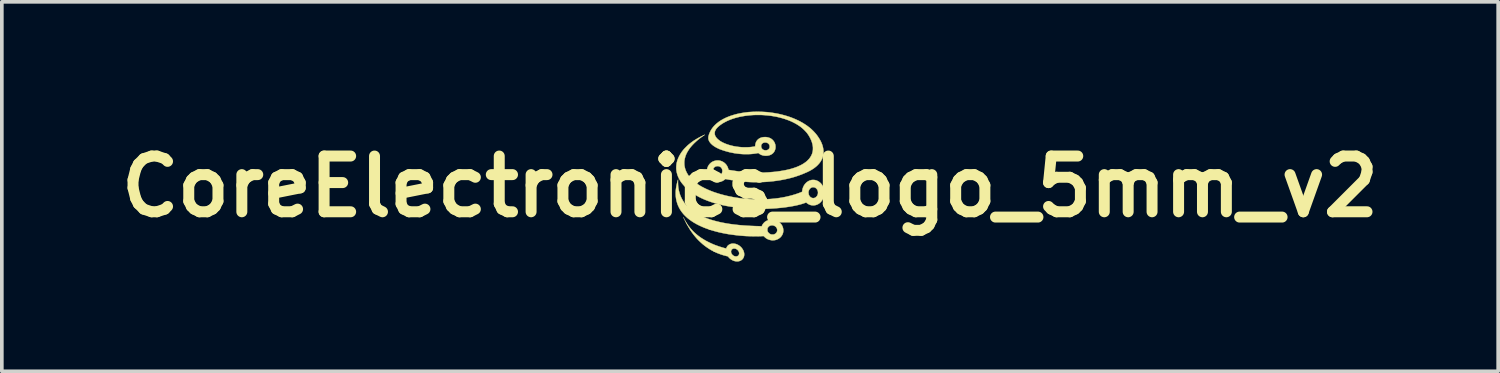
<source format=kicad_pcb>
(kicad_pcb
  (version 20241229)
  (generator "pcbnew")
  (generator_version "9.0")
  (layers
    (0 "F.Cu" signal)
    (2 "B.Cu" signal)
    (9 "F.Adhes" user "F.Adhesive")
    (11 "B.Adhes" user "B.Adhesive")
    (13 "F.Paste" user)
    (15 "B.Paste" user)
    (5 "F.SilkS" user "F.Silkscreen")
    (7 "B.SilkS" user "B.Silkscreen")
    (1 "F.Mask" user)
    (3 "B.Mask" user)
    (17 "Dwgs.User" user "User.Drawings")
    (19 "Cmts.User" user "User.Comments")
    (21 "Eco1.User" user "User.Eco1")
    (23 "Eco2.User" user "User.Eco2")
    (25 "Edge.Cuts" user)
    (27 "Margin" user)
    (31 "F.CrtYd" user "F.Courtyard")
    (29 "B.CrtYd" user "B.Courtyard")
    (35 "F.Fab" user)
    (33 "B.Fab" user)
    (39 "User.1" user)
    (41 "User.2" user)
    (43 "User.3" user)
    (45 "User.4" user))
  (footprint "CoreElectronics_logo_5mm_v2"
    (layer "F.Cu")
    (at 17.461 2.052)
    (property "Reference" "CoreElectronics_logo_5mm_v2" (at 0 0 0) (layer "F.SilkS") (effects (font (size 1.524 1.524) (thickness 0.3))))
    (attr through_hole)
    (fp_poly (pts (xy -1.966 -0.189) (xy -1.967 -0.188) (xy -1.968 -0.189) (xy -1.967 -0.19) (xy -1.966 -0.189)) (stroke (width 0.01) (type solid)) (fill yes) (layer "F.SilkS"))
    (fp_poly (pts (xy -1.817 0.845) (xy -1.818 0.846) (xy -1.819 0.845) (xy -1.818 0.844) (xy -1.817 0.845)) (stroke (width 0.01) (type solid)) (fill yes) (layer "F.SilkS"))
    (fp_poly (pts (xy -1.816 0.848) (xy -1.817 0.849) (xy -1.817 0.848) (xy -1.817 0.847) (xy -1.816 0.848)) (stroke (width 0.01) (type solid)) (fill yes) (layer "F.SilkS"))
    (fp_poly (pts (xy -1.814 0.851) (xy -1.815 0.852) (xy -1.816 0.851) (xy -1.815 0.85) (xy -1.814 0.851)) (stroke (width 0.01) (type solid)) (fill yes) (layer "F.SilkS"))
    (fp_poly (pts (xy -1.812 0.856) (xy -1.813 0.857) (xy -1.814 0.856) (xy -1.813 0.855) (xy -1.812 0.856)) (stroke (width 0.01) (type solid)) (fill yes) (layer "F.SilkS"))
    (fp_poly (pts (xy -1.811 0.86) (xy -1.812 0.86) (xy -1.812 0.86) (xy -1.812 0.859) (xy -1.811 0.86)) (stroke (width 0.01) (type solid)) (fill yes) (layer "F.SilkS"))
    (fp_poly (pts (xy -1.809 0.863) (xy -1.81 0.864) (xy -1.811 0.863) (xy -1.81 0.862) (xy -1.809 0.863)) (stroke (width 0.01) (type solid)) (fill yes) (layer "F.SilkS"))
    (fp_poly (pts (xy -1.807 0.866) (xy -1.808 0.867) (xy -1.809 0.866) (xy -1.808 0.865) (xy -1.807 0.866)) (stroke (width 0.01) (type solid)) (fill yes) (layer "F.SilkS"))
    (fp_poly (pts (xy -1.234 -1.417) (xy -1.235 -1.416) (xy -1.236 -1.417) (xy -1.235 -1.417) (xy -1.234 -1.417)) (stroke (width 0.01) (type solid)) (fill yes) (layer "F.SilkS"))
    (fp_poly (pts (xy -1.807 0.87) (xy -1.805 0.873) (xy -1.802 0.879) (xy -1.798 0.886) (xy -1.794 0.894) (xy -1.762 0.952) (xy -1.728 1.008) (xy -1.691 1.062) (xy -1.652 1.114) (xy -1.61 1.164) (xy -1.566 1.212) (xy -1.519 1.258) (xy -1.469 1.303) (xy -1.417 1.345) (xy -1.362 1.386) (xy -1.326 1.41) (xy -1.294 1.43) (xy -1.264 1.449) (xy -1.233 1.467) (xy -1.202 1.485) (xy -1.169 1.502) (xy -1.134 1.52) (xy -1.128 1.523) (xy -1.073 1.549) (xy -1.018 1.574) (xy -0.962 1.597) (xy -0.904 1.618) (xy -0.845 1.639) (xy -0.783 1.658) (xy -0.764 1.664) (xy -0.754 1.667) (xy -0.744 1.67) (xy -0.732 1.673) (xy -0.72 1.677) (xy -0.707 1.68) (xy -0.695 1.683) (xy -0.684 1.686) (xy -0.673 1.689) (xy -0.665 1.691) (xy -0.658 1.693) (xy -0.653 1.694) (xy -0.652 1.694) (xy -0.651 1.693) (xy -0.649 1.689) (xy -0.647 1.684) (xy -0.647 1.683) (xy -0.645 1.677) (xy -0.641 1.669) (xy -0.638 1.66) (xy -0.636 1.658) (xy -0.624 1.638) (xy -0.61 1.619) (xy -0.593 1.604) (xy -0.574 1.59) (xy -0.554 1.579) (xy -0.532 1.57) (xy -0.509 1.564) (xy -0.485 1.56) (xy -0.459 1.559) (xy -0.433 1.561) (xy -0.406 1.566) (xy -0.389 1.57) (xy -0.36 1.58) (xy -0.332 1.593) (xy -0.305 1.609) (xy -0.279 1.627) (xy -0.255 1.649) (xy -0.254 1.649) (xy -0.231 1.673) (xy -0.212 1.699) (xy -0.195 1.725) (xy -0.181 1.752) (xy -0.171 1.78) (xy -0.167 1.795) (xy -0.163 1.81) (xy -0.161 1.823) (xy -0.16 1.835) (xy -0.159 1.849) (xy -0.159 1.856) (xy -0.16 1.881) (xy -0.164 1.903) (xy -0.17 1.924) (xy -0.179 1.945) (xy -0.181 1.949) (xy -0.193 1.969) (xy -0.208 1.987) (xy -0.224 2.003) (xy -0.243 2.016) (xy -0.264 2.027) (xy -0.286 2.036) (xy -0.31 2.042) (xy -0.335 2.046) (xy -0.361 2.046) (xy -0.379 2.045) (xy -0.408 2.04) (xy -0.436 2.033) (xy -0.464 2.022) (xy -0.491 2.009) (xy -0.517 1.993) (xy -0.541 1.975) (xy -0.564 1.955) (xy -0.585 1.932) (xy -0.594 1.922) (xy -0.604 1.908) (xy -0.618 1.905) (xy -0.624 1.904) (xy -0.632 1.902) (xy -0.642 1.9) (xy -0.653 1.897) (xy -0.664 1.894) (xy -0.664 1.894) (xy -0.735 1.875) (xy -0.803 1.853) (xy -0.871 1.828) (xy -0.936 1.801) (xy -0.97 1.784) (xy -0.519 1.784) (xy -0.517 1.802) (xy -0.512 1.819) (xy -0.504 1.836) (xy -0.501 1.84) (xy -0.495 1.85) (xy -0.487 1.86) (xy -0.478 1.87) (xy -0.468 1.879) (xy -0.459 1.886) (xy -0.45 1.891) (xy -0.44 1.897) (xy -0.429 1.902) (xy -0.418 1.906) (xy -0.412 1.908) (xy -0.403 1.91) (xy -0.393 1.91) (xy -0.382 1.911) (xy -0.371 1.91) (xy -0.362 1.909) (xy -0.358 1.908) (xy -0.345 1.903) (xy -0.332 1.896) (xy -0.32 1.886) (xy -0.311 1.875) (xy -0.306 1.867) (xy -0.3 1.852) (xy -0.297 1.836) (xy -0.297 1.819) (xy -0.3 1.802) (xy -0.305 1.785) (xy -0.313 1.768) (xy -0.322 1.754) (xy -0.331 1.744) (xy -0.341 1.733) (xy -0.353 1.723) (xy -0.365 1.715) (xy -0.369 1.712) (xy -0.384 1.704) (xy -0.398 1.699) (xy -0.413 1.696) (xy -0.427 1.695) (xy -0.441 1.695) (xy -0.454 1.696) (xy -0.465 1.699) (xy -0.475 1.704) (xy -0.484 1.709) (xy -0.493 1.716) (xy -0.501 1.725) (xy -0.507 1.733) (xy -0.509 1.737) (xy -0.515 1.752) (xy -0.519 1.768) (xy -0.519 1.784) (xy -0.97 1.784) (xy -1 1.77) (xy -1.062 1.737) (xy -1.123 1.7) (xy -1.181 1.661) (xy -1.239 1.619) (xy -1.294 1.575) (xy -1.348 1.527) (xy -1.401 1.477) (xy -1.452 1.424) (xy -1.501 1.367) (xy -1.548 1.309) (xy -1.564 1.287) (xy -1.605 1.231) (xy -1.645 1.171) (xy -1.683 1.109) (xy -1.72 1.045) (xy -1.746 0.997) (xy -1.751 0.986) (xy -1.757 0.974) (xy -1.763 0.962) (xy -1.77 0.949) (xy -1.776 0.936) (xy -1.783 0.923) (xy -1.789 0.91) (xy -1.794 0.899) (xy -1.799 0.889) (xy -1.803 0.881) (xy -1.805 0.874) (xy -1.807 0.87) (xy -1.807 0.869) (xy -1.807 0.87)) (stroke (width 0.01) (type solid)) (fill yes) (layer "F.SilkS"))
    (fp_poly (pts (xy -1.969 -0.185) (xy -1.969 -0.18) (xy -1.969 -0.173) (xy -1.969 -0.164) (xy -1.969 -0.153) (xy -1.969 -0.14) (xy -1.969 -0.126) (xy -1.969 -0.12) (xy -1.969 -0.097) (xy -1.968 -0.076) (xy -1.968 -0.058) (xy -1.967 -0.041) (xy -1.966 -0.025) (xy -1.965 -0.009) (xy -1.963 0.008) (xy -1.961 0.025) (xy -1.959 0.038) (xy -1.95 0.093) (xy -1.937 0.146) (xy -1.922 0.198) (xy -1.904 0.248) (xy -1.883 0.297) (xy -1.859 0.344) (xy -1.832 0.39) (xy -1.803 0.435) (xy -1.77 0.478) (xy -1.734 0.519) (xy -1.696 0.56) (xy -1.654 0.598) (xy -1.61 0.636) (xy -1.563 0.671) (xy -1.512 0.706) (xy -1.459 0.739) (xy -1.425 0.758) (xy -1.413 0.764) (xy -1.4 0.771) (xy -1.384 0.779) (xy -1.368 0.788) (xy -1.351 0.796) (xy -1.334 0.804) (xy -1.318 0.812) (xy -1.304 0.818) (xy -1.293 0.823) (xy -1.231 0.849) (xy -1.167 0.874) (xy -1.101 0.897) (xy -1.032 0.919) (xy -0.96 0.939) (xy -0.886 0.958) (xy -0.809 0.976) (xy -0.73 0.992) (xy -0.647 1.007) (xy -0.562 1.021) (xy -0.474 1.033) (xy -0.384 1.044) (xy -0.29 1.054) (xy -0.194 1.062) (xy -0.095 1.069) (xy 0.008 1.075) (xy 0.025 1.076) (xy 0.043 1.077) (xy 0.063 1.077) (xy 0.084 1.078) (xy 0.107 1.079) (xy 0.129 1.08) (xy 0.153 1.081) (xy 0.176 1.082) (xy 0.198 1.082) (xy 0.219 1.083) (xy 0.24 1.083) (xy 0.258 1.084) (xy 0.275 1.084) (xy 0.29 1.085) (xy 0.301 1.085) (xy 0.307 1.085) (xy 0.314 1.085) (xy 0.318 1.085) (xy 0.321 1.084) (xy 0.322 1.083) (xy 0.323 1.08) (xy 0.323 1.08) (xy 0.336 1.052) (xy 0.351 1.027) (xy 0.369 1.004) (xy 0.388 0.983) (xy 0.41 0.964) (xy 0.434 0.948) (xy 0.454 0.937) (xy 0.482 0.924) (xy 0.512 0.914) (xy 0.542 0.907) (xy 0.573 0.904) (xy 0.605 0.903) (xy 0.637 0.906) (xy 0.668 0.912) (xy 0.678 0.914) (xy 0.707 0.923) (xy 0.736 0.935) (xy 0.762 0.949) (xy 0.787 0.966) (xy 0.81 0.984) (xy 0.831 1.005) (xy 0.85 1.027) (xy 0.867 1.05) (xy 0.881 1.075) (xy 0.893 1.102) (xy 0.901 1.129) (xy 0.907 1.157) (xy 0.91 1.185) (xy 0.911 1.209) (xy 0.908 1.239) (xy 0.902 1.268) (xy 0.893 1.295) (xy 0.881 1.321) (xy 0.866 1.346) (xy 0.848 1.369) (xy 0.833 1.386) (xy 0.811 1.405) (xy 0.787 1.422) (xy 0.761 1.437) (xy 0.733 1.449) (xy 0.705 1.459) (xy 0.685 1.463) (xy 0.676 1.465) (xy 0.666 1.466) (xy 0.655 1.467) (xy 0.644 1.468) (xy 0.634 1.469) (xy 0.625 1.47) (xy 0.62 1.47) (xy 0.614 1.469) (xy 0.608 1.469) (xy 0.605 1.469) (xy 0.592 1.468) (xy 0.578 1.466) (xy 0.563 1.463) (xy 0.549 1.46) (xy 0.542 1.459) (xy 0.51 1.449) (xy 0.481 1.437) (xy 0.453 1.422) (xy 0.427 1.404) (xy 0.403 1.383) (xy 0.39 1.371) (xy 0.373 1.353) (xy 0.34 1.355) (xy 0.291 1.357) (xy 0.24 1.359) (xy 0.187 1.36) (xy 0.132 1.36) (xy 0.076 1.359) (xy 0.02 1.358) (xy -0.036 1.356) (xy -0.091 1.354) (xy -0.115 1.353) (xy -0.212 1.346) (xy -0.307 1.338) (xy -0.402 1.327) (xy -0.494 1.315) (xy -0.586 1.302) (xy -0.675 1.286) (xy -0.762 1.269) (xy -0.848 1.25) (xy -0.931 1.229) (xy -1.012 1.206) (xy -1.076 1.187) (xy 0.474 1.187) (xy 0.476 1.205) (xy 0.482 1.224) (xy 0.482 1.226) (xy 0.487 1.237) (xy 0.493 1.247) (xy 0.501 1.257) (xy 0.51 1.267) (xy 0.513 1.27) (xy 0.529 1.284) (xy 0.546 1.295) (xy 0.564 1.304) (xy 0.585 1.31) (xy 0.587 1.31) (xy 0.594 1.311) (xy 0.604 1.312) (xy 0.616 1.312) (xy 0.627 1.312) (xy 0.638 1.311) (xy 0.647 1.31) (xy 0.651 1.309) (xy 0.663 1.305) (xy 0.675 1.299) (xy 0.687 1.293) (xy 0.697 1.286) (xy 0.698 1.286) (xy 0.711 1.274) (xy 0.723 1.259) (xy 0.732 1.244) (xy 0.739 1.227) (xy 0.742 1.217) (xy 0.743 1.207) (xy 0.744 1.195) (xy 0.743 1.183) (xy 0.742 1.171) (xy 0.74 1.161) (xy 0.74 1.159) (xy 0.732 1.139) (xy 0.722 1.122) (xy 0.71 1.106) (xy 0.695 1.093) (xy 0.679 1.081) (xy 0.661 1.072) (xy 0.642 1.065) (xy 0.622 1.061) (xy 0.602 1.059) (xy 0.582 1.061) (xy 0.567 1.064) (xy 0.548 1.07) (xy 0.531 1.079) (xy 0.516 1.09) (xy 0.503 1.103) (xy 0.492 1.117) (xy 0.483 1.133) (xy 0.477 1.15) (xy 0.474 1.168) (xy 0.474 1.187) (xy -1.076 1.187) (xy -1.09 1.182) (xy -1.165 1.157) (xy -1.187 1.149) (xy -1.256 1.123) (xy -1.321 1.095) (xy -1.384 1.066) (xy -1.445 1.036) (xy -1.502 1.004) (xy -1.557 0.972) (xy -1.608 0.937) (xy -1.657 0.902) (xy -1.703 0.866) (xy -1.746 0.828) (xy -1.786 0.789) (xy -1.823 0.749) (xy -1.857 0.707) (xy -1.864 0.698) (xy -1.895 0.654) (xy -1.923 0.61) (xy -1.947 0.564) (xy -1.969 0.517) (xy -1.987 0.469) (xy -2.002 0.42) (xy -2.015 0.37) (xy -2.024 0.319) (xy -2.03 0.267) (xy -2.033 0.213) (xy -2.033 0.159) (xy -2.03 0.103) (xy -2.023 0.046) (xy -2.014 -0.011) (xy -2.002 -0.07) (xy -1.995 -0.098) (xy -1.993 -0.104) (xy -1.991 -0.112) (xy -1.988 -0.121) (xy -1.985 -0.132) (xy -1.982 -0.142) (xy -1.979 -0.153) (xy -1.977 -0.162) (xy -1.974 -0.171) (xy -1.972 -0.178) (xy -1.97 -0.184) (xy -1.969 -0.186) (xy -1.969 -0.186) (xy -1.969 -0.185)) (stroke (width 0.01) (type solid)) (fill yes) (layer "F.SilkS"))
    (fp_poly (pts (xy -1.239 -1.414) (xy -1.242 -1.412) (xy -1.248 -1.408) (xy -1.255 -1.403) (xy -1.264 -1.397) (xy -1.27 -1.393) (xy -1.327 -1.353) (xy -1.381 -1.313) (xy -1.432 -1.271) (xy -1.48 -1.229) (xy -1.526 -1.186) (xy -1.535 -1.177) (xy -1.57 -1.141) (xy -1.601 -1.106) (xy -1.631 -1.071) (xy -1.657 -1.036) (xy -1.681 -1) (xy -1.703 -0.964) (xy -1.724 -0.928) (xy -1.732 -0.912) (xy -1.749 -0.875) (xy -1.763 -0.839) (xy -1.774 -0.802) (xy -1.784 -0.765) (xy -1.791 -0.726) (xy -1.795 -0.702) (xy -1.796 -0.693) (xy -1.796 -0.681) (xy -1.797 -0.667) (xy -1.797 -0.652) (xy -1.797 -0.636) (xy -1.796 -0.621) (xy -1.796 -0.606) (xy -1.795 -0.593) (xy -1.794 -0.582) (xy -1.794 -0.579) (xy -1.786 -0.536) (xy -1.776 -0.494) (xy -1.762 -0.452) (xy -1.745 -0.411) (xy -1.725 -0.371) (xy -1.702 -0.332) (xy -1.676 -0.293) (xy -1.647 -0.256) (xy -1.614 -0.219) (xy -1.579 -0.183) (xy -1.54 -0.148) (xy -1.499 -0.113) (xy -1.481 -0.1) (xy -1.438 -0.069) (xy -1.392 -0.039) (xy -1.343 -0.009) (xy -1.291 0.019) (xy -1.236 0.047) (xy -1.179 0.074) (xy -1.12 0.1) (xy -1.058 0.125) (xy -0.995 0.149) (xy -0.929 0.171) (xy -0.861 0.193) (xy -0.792 0.213) (xy -0.721 0.232) (xy -0.651 0.25) (xy -0.567 0.268) (xy -0.483 0.285) (xy -0.398 0.3) (xy -0.313 0.313) (xy -0.226 0.324) (xy -0.138 0.333) (xy -0.047 0.341) (xy 0.045 0.347) (xy 0.095 0.349) (xy 0.108 0.35) (xy 0.123 0.35) (xy 0.141 0.351) (xy 0.161 0.351) (xy 0.183 0.351) (xy 0.206 0.351) (xy 0.229 0.351) (xy 0.253 0.351) (xy 0.277 0.351) (xy 0.301 0.351) (xy 0.323 0.351) (xy 0.345 0.351) (xy 0.365 0.351) (xy 0.383 0.35) (xy 0.398 0.35) (xy 0.41 0.349) (xy 0.41 0.349) (xy 0.497 0.344) (xy 0.582 0.338) (xy 0.663 0.33) (xy 0.742 0.321) (xy 0.82 0.31) (xy 0.895 0.297) (xy 0.969 0.283) (xy 1.041 0.266) (xy 1.112 0.249) (xy 1.182 0.229) (xy 1.233 0.214) (xy 1.247 0.209) (xy 1.262 0.204) (xy 1.278 0.199) (xy 1.295 0.193) (xy 1.312 0.187) (xy 1.329 0.181) (xy 1.345 0.175) (xy 1.36 0.169) (xy 1.362 0.169) (xy 1.599 0.169) (xy 1.599 0.181) (xy 1.6 0.193) (xy 1.602 0.203) (xy 1.602 0.204) (xy 1.609 0.225) (xy 1.618 0.245) (xy 1.629 0.262) (xy 1.642 0.277) (xy 1.657 0.291) (xy 1.673 0.301) (xy 1.691 0.309) (xy 1.71 0.314) (xy 1.727 0.316) (xy 1.731 0.316) (xy 1.737 0.315) (xy 1.743 0.315) (xy 1.743 0.315) (xy 1.762 0.311) (xy 1.78 0.304) (xy 1.796 0.294) (xy 1.812 0.281) (xy 1.825 0.266) (xy 1.837 0.249) (xy 1.844 0.235) (xy 1.852 0.215) (xy 1.857 0.193) (xy 1.859 0.171) (xy 1.858 0.148) (xy 1.854 0.126) (xy 1.847 0.105) (xy 1.846 0.102) (xy 1.837 0.083) (xy 1.825 0.066) (xy 1.812 0.052) (xy 1.797 0.039) (xy 1.781 0.03) (xy 1.764 0.023) (xy 1.746 0.018) (xy 1.727 0.017) (xy 1.708 0.018) (xy 1.701 0.02) (xy 1.696 0.022) (xy 1.689 0.024) (xy 1.682 0.027) (xy 1.682 0.027) (xy 1.664 0.037) (xy 1.647 0.05) (xy 1.633 0.065) (xy 1.621 0.082) (xy 1.611 0.102) (xy 1.604 0.124) (xy 1.601 0.135) (xy 1.599 0.144) (xy 1.599 0.156) (xy 1.599 0.169) (xy 1.362 0.169) (xy 1.375 0.164) (xy 1.388 0.158) (xy 1.4 0.154) (xy 1.409 0.15) (xy 1.417 0.146) (xy 1.422 0.144) (xy 1.424 0.142) (xy 1.424 0.142) (xy 1.425 0.14) (xy 1.425 0.135) (xy 1.426 0.129) (xy 1.426 0.126) (xy 1.428 0.114) (xy 1.43 0.1) (xy 1.433 0.085) (xy 1.436 0.069) (xy 1.44 0.055) (xy 1.444 0.042) (xy 1.456 0.011) (xy 1.47 -0.019) (xy 1.487 -0.047) (xy 1.506 -0.072) (xy 1.527 -0.095) (xy 1.549 -0.116) (xy 1.574 -0.134) (xy 1.6 -0.15) (xy 1.628 -0.163) (xy 1.657 -0.173) (xy 1.675 -0.177) (xy 1.681 -0.179) (xy 1.687 -0.179) (xy 1.693 -0.18) (xy 1.7 -0.181) (xy 1.709 -0.181) (xy 1.72 -0.181) (xy 1.728 -0.181) (xy 1.741 -0.181) (xy 1.751 -0.181) (xy 1.759 -0.18) (xy 1.765 -0.18) (xy 1.771 -0.179) (xy 1.777 -0.178) (xy 1.781 -0.177) (xy 1.81 -0.169) (xy 1.839 -0.158) (xy 1.866 -0.144) (xy 1.891 -0.128) (xy 1.915 -0.109) (xy 1.937 -0.088) (xy 1.957 -0.064) (xy 1.975 -0.038) (xy 1.991 -0.011) (xy 2.004 0.019) (xy 2.015 0.05) (xy 2.024 0.084) (xy 2.03 0.118) (xy 2.031 0.12) (xy 2.031 0.129) (xy 2.032 0.14) (xy 2.032 0.153) (xy 2.033 0.167) (xy 2.032 0.181) (xy 2.032 0.194) (xy 2.031 0.206) (xy 2.031 0.215) (xy 2.031 0.215) (xy 2.025 0.249) (xy 2.016 0.281) (xy 2.005 0.312) (xy 1.992 0.342) (xy 1.976 0.369) (xy 1.959 0.395) (xy 1.939 0.419) (xy 1.918 0.44) (xy 1.895 0.459) (xy 1.87 0.475) (xy 1.844 0.489) (xy 1.816 0.5) (xy 1.795 0.506) (xy 1.766 0.512) (xy 1.737 0.515) (xy 1.708 0.514) (xy 1.679 0.51) (xy 1.651 0.503) (xy 1.624 0.493) (xy 1.597 0.48) (xy 1.571 0.463) (xy 1.549 0.447) (xy 1.534 0.435) (xy 1.514 0.443) (xy 1.481 0.455) (xy 1.445 0.467) (xy 1.406 0.479) (xy 1.364 0.491) (xy 1.32 0.502) (xy 1.274 0.513) (xy 1.226 0.523) (xy 1.175 0.533) (xy 1.124 0.542) (xy 1.108 0.545) (xy 1.036 0.556) (xy 0.962 0.567) (xy 0.887 0.576) (xy 0.81 0.584) (xy 0.731 0.591) (xy 0.65 0.597) (xy 0.566 0.602) (xy 0.48 0.606) (xy 0.461 0.606) (xy 0.452 0.607) (xy 0.44 0.607) (xy 0.426 0.607) (xy 0.409 0.607) (xy 0.391 0.608) (xy 0.371 0.608) (xy 0.35 0.608) (xy 0.329 0.608) (xy 0.307 0.609) (xy 0.286 0.609) (xy 0.265 0.609) (xy 0.245 0.609) (xy 0.226 0.609) (xy 0.209 0.609) (xy 0.194 0.609) (xy 0.181 0.609) (xy 0.171 0.609) (xy 0.167 0.609) (xy 0.16 0.608) (xy 0.15 0.608) (xy 0.138 0.608) (xy 0.125 0.607) (xy 0.111 0.607) (xy 0.096 0.607) (xy 0.089 0.606) (xy -0.009 0.602) (xy -0.106 0.597) (xy -0.202 0.589) (xy -0.295 0.58) (xy -0.387 0.57) (xy -0.477 0.557) (xy -0.565 0.543) (xy -0.651 0.528) (xy -0.735 0.511) (xy -0.816 0.492) (xy -0.896 0.472) (xy -0.973 0.451) (xy -1.047 0.428) (xy -1.119 0.403) (xy -1.189 0.377) (xy -1.255 0.35) (xy -1.319 0.321) (xy -1.38 0.291) (xy -1.408 0.277) (xy -1.463 0.245) (xy -1.516 0.213) (xy -1.567 0.179) (xy -1.617 0.144) (xy -1.663 0.107) (xy -1.708 0.07) (xy -1.749 0.032) (xy -1.788 -0.007) (xy -1.824 -0.046) (xy -1.857 -0.086) (xy -1.872 -0.105) (xy -1.901 -0.146) (xy -1.926 -0.188) (xy -1.949 -0.23) (xy -1.968 -0.273) (xy -1.984 -0.317) (xy -1.997 -0.361) (xy -2.007 -0.405) (xy -2.014 -0.449) (xy -2.017 -0.494) (xy -2.017 -0.539) (xy -2.014 -0.584) (xy -2.009 -0.624) (xy -2 -0.667) (xy -1.988 -0.711) (xy -1.973 -0.754) (xy -1.954 -0.798) (xy -1.933 -0.841) (xy -1.908 -0.884) (xy -1.881 -0.927) (xy -1.851 -0.969) (xy -1.818 -1.01) (xy -1.813 -1.015) (xy -1.804 -1.026) (xy -1.793 -1.038) (xy -1.78 -1.051) (xy -1.767 -1.065) (xy -1.752 -1.079) (xy -1.738 -1.094) (xy -1.724 -1.107) (xy -1.711 -1.12) (xy -1.699 -1.131) (xy -1.69 -1.139) (xy -1.643 -1.177) (xy -1.596 -1.214) (xy -1.548 -1.248) (xy -1.497 -1.281) (xy -1.445 -1.312) (xy -1.39 -1.343) (xy -1.339 -1.369) (xy -1.326 -1.375) (xy -1.313 -1.382) (xy -1.299 -1.388) (xy -1.287 -1.394) (xy -1.275 -1.4) (xy -1.264 -1.405) (xy -1.255 -1.409) (xy -1.247 -1.412) (xy -1.241 -1.414) (xy -1.238 -1.415) (xy -1.238 -1.415) (xy -1.239 -1.414)) (stroke (width 0.01) (type solid)) (fill yes) (layer "F.SilkS"))
    (fp_poly (pts (xy 0.294 -2.045) (xy 0.381 -2.041) (xy 0.468 -2.035) (xy 0.554 -2.025) (xy 0.64 -2.013) (xy 0.724 -1.999) (xy 0.807 -1.982) (xy 0.889 -1.962) (xy 0.969 -1.94) (xy 1.048 -1.916) (xy 1.125 -1.889) (xy 1.199 -1.86) (xy 1.272 -1.828) (xy 1.323 -1.804) (xy 1.385 -1.772) (xy 1.445 -1.738) (xy 1.503 -1.702) (xy 1.558 -1.665) (xy 1.611 -1.625) (xy 1.639 -1.603) (xy 1.67 -1.576) (xy 1.701 -1.547) (xy 1.732 -1.517) (xy 1.761 -1.486) (xy 1.789 -1.455) (xy 1.814 -1.425) (xy 1.818 -1.42) (xy 1.85 -1.377) (xy 1.879 -1.333) (xy 1.906 -1.29) (xy 1.929 -1.248) (xy 1.95 -1.205) (xy 1.967 -1.163) (xy 1.982 -1.121) (xy 1.993 -1.079) (xy 2.001 -1.038) (xy 2.007 -0.997) (xy 2.009 -0.957) (xy 2.008 -0.918) (xy 2.004 -0.879) (xy 1.997 -0.841) (xy 1.994 -0.83) (xy 1.986 -0.802) (xy 1.975 -0.772) (xy 1.962 -0.743) (xy 1.948 -0.715) (xy 1.933 -0.689) (xy 1.929 -0.683) (xy 1.905 -0.649) (xy 1.877 -0.616) (xy 1.847 -0.584) (xy 1.814 -0.553) (xy 1.778 -0.524) (xy 1.739 -0.495) (xy 1.725 -0.486) (xy 1.706 -0.474) (xy 1.688 -0.462) (xy 1.669 -0.451) (xy 1.651 -0.441) (xy 1.632 -0.43) (xy 1.612 -0.42) (xy 1.591 -0.41) (xy 1.569 -0.399) (xy 1.544 -0.388) (xy 1.518 -0.377) (xy 1.49 -0.365) (xy 1.459 -0.352) (xy 1.426 -0.338) (xy 1.357 -0.312) (xy 1.285 -0.287) (xy 1.211 -0.263) (xy 1.134 -0.241) (xy 1.055 -0.221) (xy 0.975 -0.203) (xy 0.892 -0.186) (xy 0.808 -0.171) (xy 0.722 -0.158) (xy 0.636 -0.147) (xy 0.548 -0.138) (xy 0.459 -0.13) (xy 0.37 -0.125) (xy 0.28 -0.121) (xy 0.19 -0.12) (xy 0.155 -0.12) (xy 0.138 -0.12) (xy 0.122 -0.12) (xy 0.107 -0.12) (xy 0.094 -0.12) (xy 0.082 -0.12) (xy 0.072 -0.121) (xy 0.065 -0.121) (xy 0.061 -0.121) (xy 0.061 -0.121) (xy 0.032 -0.122) (xy 0.006 -0.123) (xy -0.018 -0.124) (xy -0.041 -0.126) (xy -0.062 -0.127) (xy -0.083 -0.129) (xy -0.104 -0.13) (xy -0.126 -0.132) (xy -0.138 -0.133) (xy -0.215 -0.14) (xy -0.293 -0.148) (xy -0.372 -0.158) (xy -0.45 -0.169) (xy -0.527 -0.181) (xy -0.603 -0.194) (xy -0.632 -0.2) (xy -0.673 -0.207) (xy -0.686 -0.196) (xy -0.711 -0.177) (xy -0.737 -0.161) (xy -0.764 -0.147) (xy -0.793 -0.137) (xy -0.808 -0.133) (xy -0.823 -0.129) (xy -0.838 -0.127) (xy -0.852 -0.125) (xy -0.867 -0.125) (xy -0.879 -0.125) (xy -0.91 -0.126) (xy -0.94 -0.131) (xy -0.969 -0.139) (xy -0.997 -0.149) (xy -1.024 -0.162) (xy -1.049 -0.178) (xy -1.073 -0.196) (xy -1.094 -0.217) (xy -1.114 -0.239) (xy -1.131 -0.264) (xy -1.146 -0.29) (xy -1.158 -0.319) (xy -1.162 -0.33) (xy -1.171 -0.359) (xy -1.176 -0.389) (xy -1.178 -0.42) (xy -1.177 -0.43) (xy -1.015 -0.43) (xy -1.013 -0.408) (xy -1.009 -0.388) (xy -1.002 -0.37) (xy -0.993 -0.353) (xy -0.981 -0.338) (xy -0.968 -0.325) (xy -0.952 -0.315) (xy -0.935 -0.306) (xy -0.916 -0.301) (xy -0.896 -0.298) (xy -0.875 -0.298) (xy -0.853 -0.301) (xy -0.852 -0.301) (xy -0.845 -0.303) (xy -0.836 -0.306) (xy -0.828 -0.309) (xy -0.824 -0.311) (xy -0.817 -0.314) (xy -0.811 -0.318) (xy -0.806 -0.322) (xy -0.8 -0.327) (xy -0.794 -0.333) (xy -0.781 -0.348) (xy -0.771 -0.363) (xy -0.764 -0.38) (xy -0.759 -0.398) (xy -0.757 -0.412) (xy -0.756 -0.432) (xy -0.759 -0.453) (xy -0.764 -0.473) (xy -0.771 -0.492) (xy -0.777 -0.502) (xy -0.789 -0.518) (xy -0.803 -0.531) (xy -0.82 -0.542) (xy -0.838 -0.55) (xy -0.857 -0.556) (xy -0.86 -0.556) (xy -0.872 -0.558) (xy -0.886 -0.559) (xy -0.9 -0.558) (xy -0.914 -0.557) (xy -0.926 -0.554) (xy -0.927 -0.554) (xy -0.946 -0.547) (xy -0.963 -0.537) (xy -0.977 -0.526) (xy -0.99 -0.511) (xy -1 -0.495) (xy -1.007 -0.478) (xy -1.012 -0.458) (xy -1.015 -0.437) (xy -1.015 -0.43) (xy -1.177 -0.43) (xy -1.177 -0.45) (xy -1.172 -0.48) (xy -1.165 -0.509) (xy -1.155 -0.537) (xy -1.142 -0.564) (xy -1.129 -0.585) (xy -1.111 -0.61) (xy -1.09 -0.632) (xy -1.068 -0.652) (xy -1.043 -0.67) (xy -1.017 -0.684) (xy -0.989 -0.696) (xy -0.959 -0.705) (xy -0.929 -0.712) (xy -0.918 -0.713) (xy -0.904 -0.714) (xy -0.888 -0.714) (xy -0.87 -0.714) (xy -0.853 -0.713) (xy -0.838 -0.711) (xy -0.828 -0.709) (xy -0.798 -0.701) (xy -0.769 -0.69) (xy -0.742 -0.677) (xy -0.716 -0.661) (xy -0.693 -0.642) (xy -0.671 -0.622) (xy -0.651 -0.599) (xy -0.634 -0.575) (xy -0.619 -0.549) (xy -0.607 -0.521) (xy -0.597 -0.492) (xy -0.593 -0.475) (xy -0.592 -0.468) (xy -0.591 -0.462) (xy -0.59 -0.459) (xy -0.589 -0.458) (xy -0.588 -0.457) (xy -0.583 -0.456) (xy -0.575 -0.455) (xy -0.566 -0.453) (xy -0.554 -0.451) (xy -0.541 -0.449) (xy -0.526 -0.446) (xy -0.51 -0.444) (xy -0.494 -0.441) (xy -0.477 -0.438) (xy -0.46 -0.436) (xy -0.456 -0.435) (xy -0.393 -0.426) (xy -0.33 -0.417) (xy -0.268 -0.409) (xy -0.207 -0.402) (xy -0.147 -0.396) (xy -0.089 -0.39) (xy -0.032 -0.386) (xy 0.022 -0.382) (xy 0.073 -0.38) (xy 0.1 -0.379) (xy 0.121 -0.378) (xy 0.145 -0.378) (xy 0.172 -0.378) (xy 0.201 -0.378) (xy 0.231 -0.378) (xy 0.263 -0.379) (xy 0.296 -0.38) (xy 0.33 -0.381) (xy 0.364 -0.382) (xy 0.397 -0.383) (xy 0.43 -0.385) (xy 0.463 -0.386) (xy 0.494 -0.388) (xy 0.51 -0.389) (xy 0.593 -0.396) (xy 0.674 -0.403) (xy 0.752 -0.412) (xy 0.827 -0.423) (xy 0.899 -0.435) (xy 0.969 -0.448) (xy 1.035 -0.462) (xy 1.099 -0.478) (xy 1.159 -0.495) (xy 1.217 -0.514) (xy 1.271 -0.533) (xy 1.323 -0.555) (xy 1.372 -0.577) (xy 1.418 -0.601) (xy 1.46 -0.626) (xy 1.5 -0.653) (xy 1.537 -0.68) (xy 1.539 -0.682) (xy 1.549 -0.691) (xy 1.561 -0.701) (xy 1.573 -0.713) (xy 1.586 -0.726) (xy 1.598 -0.738) (xy 1.609 -0.75) (xy 1.619 -0.762) (xy 1.626 -0.77) (xy 1.648 -0.801) (xy 1.667 -0.832) (xy 1.683 -0.863) (xy 1.697 -0.896) (xy 1.707 -0.929) (xy 1.715 -0.964) (xy 1.718 -0.987) (xy 1.72 -0.998) (xy 1.72 -1.011) (xy 1.721 -1.026) (xy 1.721 -1.041) (xy 1.721 -1.057) (xy 1.721 -1.072) (xy 1.72 -1.085) (xy 1.719 -1.093) (xy 1.713 -1.135) (xy 1.703 -1.178) (xy 1.69 -1.221) (xy 1.674 -1.265) (xy 1.654 -1.308) (xy 1.632 -1.352) (xy 1.615 -1.381) (xy 1.599 -1.407) (xy 1.582 -1.432) (xy 1.565 -1.456) (xy 1.547 -1.479) (xy 1.527 -1.501) (xy 1.505 -1.524) (xy 1.488 -1.542) (xy 1.459 -1.57) (xy 1.43 -1.596) (xy 1.4 -1.621) (xy 1.368 -1.645) (xy 1.334 -1.668) (xy 1.333 -1.669) (xy 1.283 -1.701) (xy 1.23 -1.731) (xy 1.174 -1.76) (xy 1.116 -1.787) (xy 1.055 -1.812) (xy 0.992 -1.835) (xy 0.927 -1.857) (xy 0.86 -1.876) (xy 0.791 -1.894) (xy 0.721 -1.91) (xy 0.649 -1.923) (xy 0.575 -1.935) (xy 0.5 -1.944) (xy 0.465 -1.947) (xy 0.389 -1.954) (xy 0.312 -1.958) (xy 0.235 -1.959) (xy 0.159 -1.959) (xy 0.084 -1.956) (xy 0.009 -1.951) (xy -0.064 -1.943) (xy -0.137 -1.934) (xy -0.208 -1.922) (xy -0.277 -1.909) (xy -0.344 -1.893) (xy -0.41 -1.875) (xy -0.473 -1.855) (xy -0.529 -1.835) (xy -0.575 -1.816) (xy -0.62 -1.797) (xy -0.662 -1.776) (xy -0.703 -1.754) (xy -0.742 -1.732) (xy -0.778 -1.708) (xy -0.812 -1.684) (xy -0.843 -1.66) (xy -0.872 -1.635) (xy -0.885 -1.622) (xy -0.906 -1.6) (xy -0.924 -1.578) (xy -0.939 -1.555) (xy -0.95 -1.533) (xy -0.959 -1.51) (xy -0.962 -1.499) (xy -0.964 -1.487) (xy -0.966 -1.474) (xy -0.966 -1.46) (xy -0.966 -1.446) (xy -0.965 -1.433) (xy -0.963 -1.422) (xy -0.962 -1.419) (xy -0.956 -1.398) (xy -0.947 -1.378) (xy -0.936 -1.359) (xy -0.923 -1.341) (xy -0.907 -1.322) (xy -0.896 -1.31) (xy -0.872 -1.288) (xy -0.845 -1.266) (xy -0.815 -1.244) (xy -0.782 -1.224) (xy -0.746 -1.205) (xy -0.708 -1.187) (xy -0.667 -1.17) (xy -0.624 -1.154) (xy -0.578 -1.139) (xy -0.53 -1.125) (xy -0.517 -1.122) (xy -0.451 -1.106) (xy -0.385 -1.094) (xy -0.319 -1.085) (xy -0.252 -1.078) (xy -0.184 -1.074) (xy -0.115 -1.074) (xy -0.105 -1.074) (xy -0.064 -1.075) (xy -0.025 -1.077) (xy 0.013 -1.08) (xy 0.049 -1.084) (xy 0.086 -1.089) (xy 0.123 -1.095) (xy 0.126 -1.096) (xy 0.142 -1.099) (xy 0.142 -1.108) (xy 0.142 -1.109) (xy 0.304 -1.109) (xy 0.305 -1.097) (xy 0.306 -1.085) (xy 0.307 -1.078) (xy 0.31 -1.068) (xy 0.315 -1.056) (xy 0.321 -1.045) (xy 0.328 -1.036) (xy 0.33 -1.033) (xy 0.342 -1.02) (xy 0.357 -1.009) (xy 0.374 -1.001) (xy 0.391 -0.995) (xy 0.391 -0.995) (xy 0.402 -0.993) (xy 0.414 -0.992) (xy 0.427 -0.991) (xy 0.441 -0.992) (xy 0.452 -0.993) (xy 0.458 -0.994) (xy 0.475 -1) (xy 0.491 -1.008) (xy 0.505 -1.018) (xy 0.517 -1.031) (xy 0.527 -1.046) (xy 0.534 -1.062) (xy 0.535 -1.068) (xy 0.537 -1.075) (xy 0.537 -1.082) (xy 0.537 -1.091) (xy 0.537 -1.098) (xy 0.535 -1.116) (xy 0.531 -1.131) (xy 0.525 -1.146) (xy 0.516 -1.159) (xy 0.505 -1.172) (xy 0.49 -1.184) (xy 0.474 -1.194) (xy 0.455 -1.201) (xy 0.453 -1.201) (xy 0.443 -1.203) (xy 0.432 -1.205) (xy 0.419 -1.205) (xy 0.407 -1.205) (xy 0.395 -1.204) (xy 0.385 -1.203) (xy 0.382 -1.202) (xy 0.364 -1.196) (xy 0.348 -1.187) (xy 0.334 -1.177) (xy 0.323 -1.164) (xy 0.314 -1.149) (xy 0.307 -1.132) (xy 0.307 -1.13) (xy 0.305 -1.12) (xy 0.304 -1.109) (xy 0.142 -1.109) (xy 0.144 -1.132) (xy 0.147 -1.155) (xy 0.151 -1.175) (xy 0.156 -1.193) (xy 0.156 -1.193) (xy 0.166 -1.219) (xy 0.179 -1.242) (xy 0.194 -1.264) (xy 0.212 -1.283) (xy 0.232 -1.3) (xy 0.254 -1.315) (xy 0.278 -1.328) (xy 0.304 -1.338) (xy 0.333 -1.346) (xy 0.362 -1.351) (xy 0.372 -1.352) (xy 0.385 -1.353) (xy 0.399 -1.353) (xy 0.414 -1.354) (xy 0.428 -1.353) (xy 0.44 -1.353) (xy 0.45 -1.352) (xy 0.451 -1.352) (xy 0.482 -1.346) (xy 0.512 -1.338) (xy 0.541 -1.328) (xy 0.567 -1.315) (xy 0.591 -1.299) (xy 0.614 -1.28) (xy 0.621 -1.273) (xy 0.64 -1.252) (xy 0.657 -1.228) (xy 0.671 -1.203) (xy 0.682 -1.175) (xy 0.691 -1.146) (xy 0.693 -1.136) (xy 0.695 -1.122) (xy 0.697 -1.107) (xy 0.697 -1.09) (xy 0.697 -1.073) (xy 0.696 -1.057) (xy 0.694 -1.042) (xy 0.694 -1.038) (xy 0.686 -1.01) (xy 0.677 -0.984) (xy 0.664 -0.959) (xy 0.649 -0.937) (xy 0.632 -0.917) (xy 0.612 -0.899) (xy 0.589 -0.883) (xy 0.569 -0.872) (xy 0.544 -0.861) (xy 0.518 -0.853) (xy 0.49 -0.847) (xy 0.46 -0.843) (xy 0.431 -0.842) (xy 0.4 -0.844) (xy 0.371 -0.848) (xy 0.365 -0.849) (xy 0.342 -0.855) (xy 0.319 -0.862) (xy 0.296 -0.872) (xy 0.275 -0.883) (xy 0.256 -0.895) (xy 0.239 -0.908) (xy 0.237 -0.91) (xy 0.227 -0.919) (xy 0.197 -0.912) (xy 0.144 -0.903) (xy 0.088 -0.896) (xy 0.03 -0.89) (xy -0.029 -0.887) (xy -0.09 -0.886) (xy -0.153 -0.886) (xy -0.217 -0.889) (xy -0.279 -0.894) (xy -0.35 -0.902) (xy -0.422 -0.912) (xy -0.494 -0.926) (xy -0.566 -0.941) (xy -0.636 -0.96) (xy -0.706 -0.98) (xy -0.771 -1.002) (xy -0.807 -1.015) (xy -0.841 -1.028) (xy -0.871 -1.042) (xy -0.9 -1.056) (xy -0.927 -1.07) (xy -0.953 -1.085) (xy -0.973 -1.097) (xy -1.003 -1.118) (xy -1.031 -1.14) (xy -1.056 -1.163) (xy -1.078 -1.185) (xy -1.096 -1.209) (xy -1.112 -1.232) (xy -1.124 -1.256) (xy -1.133 -1.28) (xy -1.138 -1.304) (xy -1.14 -1.321) (xy -1.14 -1.34) (xy -1.139 -1.359) (xy -1.135 -1.378) (xy -1.134 -1.382) (xy -1.122 -1.425) (xy -1.106 -1.466) (xy -1.088 -1.505) (xy -1.068 -1.543) (xy -1.044 -1.58) (xy -1.018 -1.616) (xy -0.988 -1.651) (xy -0.959 -1.681) (xy -0.922 -1.716) (xy -0.883 -1.748) (xy -0.841 -1.78) (xy -0.796 -1.809) (xy -0.748 -1.837) (xy -0.697 -1.864) (xy -0.644 -1.889) (xy -0.588 -1.912) (xy -0.529 -1.934) (xy -0.512 -1.939) (xy -0.44 -1.962) (xy -0.367 -1.982) (xy -0.291 -1.999) (xy -0.214 -2.013) (xy -0.135 -2.025) (xy -0.054 -2.035) (xy 0.029 -2.041) (xy 0.113 -2.045) (xy 0.2 -2.047) (xy 0.206 -2.047) (xy 0.294 -2.045)) (stroke (width 0.01) (type solid)) (fill yes) (layer "F.SilkS")))
  (gr_rect
    (start -3 -3)
    (end 37.921 7.103)
    (stroke (width 0.1) (type default))
    (fill no)
    (layer "Edge.Cuts")))
</source>
